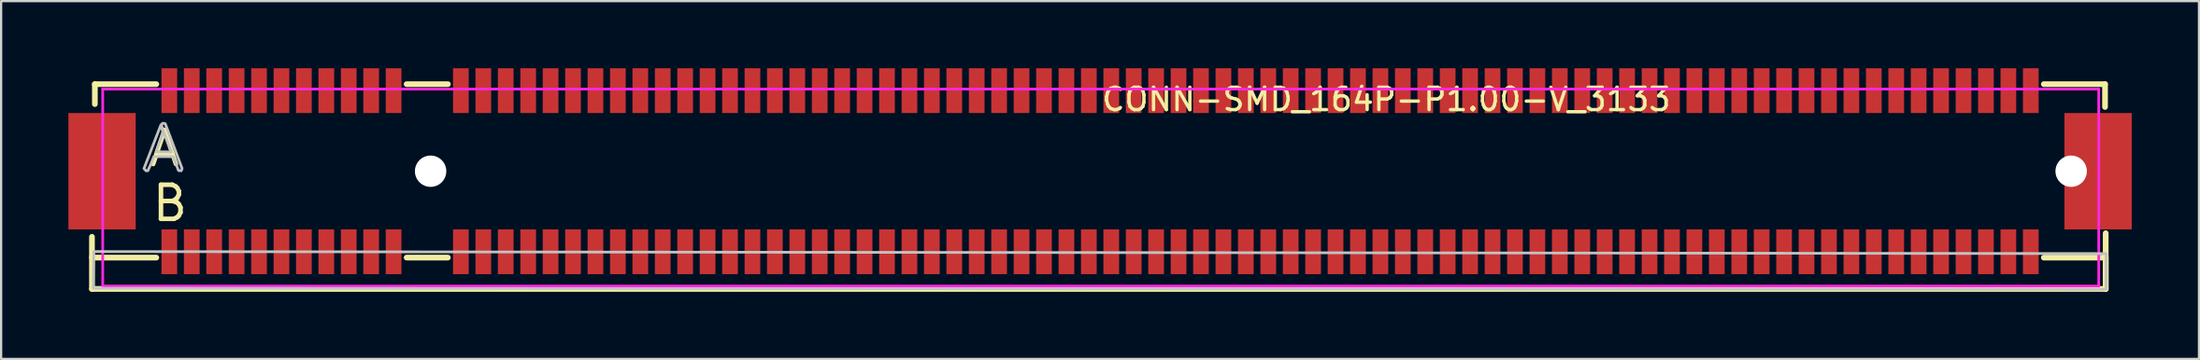
<source format=kicad_pcb>
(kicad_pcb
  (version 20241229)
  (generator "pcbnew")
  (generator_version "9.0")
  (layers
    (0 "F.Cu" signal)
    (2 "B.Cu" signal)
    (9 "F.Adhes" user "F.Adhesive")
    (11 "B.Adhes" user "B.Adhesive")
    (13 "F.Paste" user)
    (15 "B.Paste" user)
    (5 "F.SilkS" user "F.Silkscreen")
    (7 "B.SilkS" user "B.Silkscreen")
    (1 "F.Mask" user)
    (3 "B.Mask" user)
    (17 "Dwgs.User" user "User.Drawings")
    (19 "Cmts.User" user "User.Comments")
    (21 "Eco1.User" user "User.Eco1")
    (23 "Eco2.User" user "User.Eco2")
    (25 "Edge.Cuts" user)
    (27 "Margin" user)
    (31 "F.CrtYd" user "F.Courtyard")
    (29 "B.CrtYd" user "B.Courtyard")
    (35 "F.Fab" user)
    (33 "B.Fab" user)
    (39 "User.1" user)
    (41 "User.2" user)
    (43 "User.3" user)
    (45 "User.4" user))
  (footprint "CONN-SMD_164P-P1.00-V_3133"
    (layer "F.Cu")
    (at 46 4.6)
    (property "Reference" "CONN-SMD_164P-P1.00-V_3133" (at 0 -3.207 0) (layer "F.SilkS") (effects (font (size 1 1) (thickness 0.15)) (justify left)))
    (attr through_hole)
    (fp_line (start -44.95 5.26) (end -44.95 2.93) (stroke (width 0.254) (type solid)) (layer "F.SilkS"))
    (fp_line (start -44.82 -3.89) (end -42.081 -3.89) (stroke (width 0.254) (type solid)) (layer "F.SilkS"))
    (fp_line (start -44.82 -3) (end -44.82 -3.89) (stroke (width 0.254) (type solid)) (layer "F.SilkS"))
    (fp_line (start -42.081 3.86) (end -44.95 3.86) (stroke (width 0.254) (type solid)) (layer "F.SilkS"))
    (fp_line (start -30.919 -3.89) (end -29.081 -3.89) (stroke (width 0.254) (type solid)) (layer "F.SilkS"))
    (fp_line (start -29.081 3.86) (end -30.919 3.86) (stroke (width 0.254) (type solid)) (layer "F.SilkS"))
    (fp_line (start 42.081 -3.89) (end 44.81 -3.89) (stroke (width 0.254) (type solid)) (layer "F.SilkS"))
    (fp_line (start 44.81 -3.89) (end 44.81 -2.87) (stroke (width 0.254) (type solid)) (layer "F.SilkS"))
    (fp_line (start 44.84 2.77) (end 44.84 5.26) (stroke (width 0.254) (type solid)) (layer "F.SilkS"))
    (fp_line (start 44.84 3.86) (end 42.081 3.86) (stroke (width 0.254) (type solid)) (layer "F.SilkS"))
    (fp_line (start 44.84 3.86) (end 44.84 5.26) (stroke (width 0.254) (type solid)) (layer "F.SilkS"))
    (fp_line (start 44.84 5.26) (end -44.95 5.26) (stroke (width 0.254) (type solid)) (layer "F.SilkS"))
    (fp_circle (center -29.85 0) (end -29.6 0) (stroke (width 0.5) (type solid)) (fill no) (layer "Dwgs.User"))
    (fp_circle (center 43.3 0) (end 43.55 0) (stroke (width 0.5) (type solid)) (fill no) (layer "Dwgs.User"))
    (fp_poly (pts (xy -44.87 3.59) (xy 44.86 3.68) (xy 44.86 5.28) (xy -44.89 5.23)) (stroke (width 0.12) (type solid)) (fill no) (layer "Dwgs.User"))
    (fp_poly (pts (xy -42.46 -0.02) (xy -42.33 -0.3) (xy -42.19 -0.65) (xy -41.33 -0.65) (xy -41.09 -0.03) (xy -40.97 -0.02) (xy -40.93 -0.12) (xy -41.68 -2.12) (xy -41.74 -2.14) (xy -41.8 -2.14) (xy -41.86 -2.08) (xy -41.75 -1.75) (xy -41.41 -0.86) (xy -42.09 -0.87) (xy -41.78 -1.74) (xy -41.88 -2.06) (xy -42.63 -0.12) (xy -42.54 -0.02)) (stroke (width 0.12) (type solid)) (fill no) (layer "Dwgs.User"))
    (fp_circle (center -45.5 -4.095) (end -45.47 -4.095) (stroke (width 0.06) (type solid)) (fill no) (layer "Eco2.User"))
    (fp_poly (pts (xy -45.5 -2) (xy -43 -2) (xy -43 2) (xy -45.5 2)) (stroke (width 0.12) (type solid)) (fill no) (layer "Eco2.User"))
    (fp_poly (pts (xy -41.675 -4.095) (xy -41.325 -4.095) (xy -41.325 -3.095) (xy -41.675 -3.095)) (stroke (width 0.12) (type solid)) (fill no) (layer "Eco2.User"))
    (fp_poly (pts (xy -41.675 3.105) (xy -41.325 3.105) (xy -41.325 4.105) (xy -41.675 4.105)) (stroke (width 0.12) (type solid)) (fill no) (layer "Eco2.User"))
    (fp_poly (pts (xy -40.675 -4.095) (xy -40.325 -4.095) (xy -40.325 -3.095) (xy -40.675 -3.095)) (stroke (width 0.12) (type solid)) (fill no) (layer "Eco2.User"))
    (fp_poly (pts (xy -40.675 3.105) (xy -40.325 3.105) (xy -40.325 4.105) (xy -40.675 4.105)) (stroke (width 0.12) (type solid)) (fill no) (layer "Eco2.User"))
    (fp_poly (pts (xy -39.675 -4.095) (xy -39.325 -4.095) (xy -39.325 -3.095) (xy -39.675 -3.095)) (stroke (width 0.12) (type solid)) (fill no) (layer "Eco2.User"))
    (fp_poly (pts (xy -39.675 3.105) (xy -39.325 3.105) (xy -39.325 4.105) (xy -39.675 4.105)) (stroke (width 0.12) (type solid)) (fill no) (layer "Eco2.User"))
    (fp_poly (pts (xy -38.675 -4.095) (xy -38.325 -4.095) (xy -38.325 -3.095) (xy -38.675 -3.095)) (stroke (width 0.12) (type solid)) (fill no) (layer "Eco2.User"))
    (fp_poly (pts (xy -38.675 3.105) (xy -38.325 3.105) (xy -38.325 4.105) (xy -38.675 4.105)) (stroke (width 0.12) (type solid)) (fill no) (layer "Eco2.User"))
    (fp_poly (pts (xy -37.675 -4.095) (xy -37.325 -4.095) (xy -37.325 -3.095) (xy -37.675 -3.095)) (stroke (width 0.12) (type solid)) (fill no) (layer "Eco2.User"))
    (fp_poly (pts (xy -37.675 3.105) (xy -37.325 3.105) (xy -37.325 4.105) (xy -37.675 4.105)) (stroke (width 0.12) (type solid)) (fill no) (layer "Eco2.User"))
    (fp_poly (pts (xy -36.675 -4.095) (xy -36.325 -4.095) (xy -36.325 -3.095) (xy -36.675 -3.095)) (stroke (width 0.12) (type solid)) (fill no) (layer "Eco2.User"))
    (fp_poly (pts (xy -36.675 3.105) (xy -36.325 3.105) (xy -36.325 4.105) (xy -36.675 4.105)) (stroke (width 0.12) (type solid)) (fill no) (layer "Eco2.User"))
    (fp_poly (pts (xy -35.675 -4.095) (xy -35.325 -4.095) (xy -35.325 -3.095) (xy -35.675 -3.095)) (stroke (width 0.12) (type solid)) (fill no) (layer "Eco2.User"))
    (fp_poly (pts (xy -35.675 3.105) (xy -35.325 3.105) (xy -35.325 4.105) (xy -35.675 4.105)) (stroke (width 0.12) (type solid)) (fill no) (layer "Eco2.User"))
    (fp_poly (pts (xy -34.675 -4.095) (xy -34.325 -4.095) (xy -34.325 -3.095) (xy -34.675 -3.095)) (stroke (width 0.12) (type solid)) (fill no) (layer "Eco2.User"))
    (fp_poly (pts (xy -34.675 3.105) (xy -34.325 3.105) (xy -34.325 4.105) (xy -34.675 4.105)) (stroke (width 0.12) (type solid)) (fill no) (layer "Eco2.User"))
    (fp_poly (pts (xy -33.675 -4.095) (xy -33.325 -4.095) (xy -33.325 -3.095) (xy -33.675 -3.095)) (stroke (width 0.12) (type solid)) (fill no) (layer "Eco2.User"))
    (fp_poly (pts (xy -33.675 3.105) (xy -33.325 3.105) (xy -33.325 4.105) (xy -33.675 4.105)) (stroke (width 0.12) (type solid)) (fill no) (layer "Eco2.User"))
    (fp_poly (pts (xy -32.675 -4.095) (xy -32.325 -4.095) (xy -32.325 -3.095) (xy -32.675 -3.095)) (stroke (width 0.12) (type solid)) (fill no) (layer "Eco2.User"))
    (fp_poly (pts (xy -32.675 3.105) (xy -32.325 3.105) (xy -32.325 4.105) (xy -32.675 4.105)) (stroke (width 0.12) (type solid)) (fill no) (layer "Eco2.User"))
    (fp_poly (pts (xy -31.675 -4.095) (xy -31.325 -4.095) (xy -31.325 -3.095) (xy -31.675 -3.095)) (stroke (width 0.12) (type solid)) (fill no) (layer "Eco2.User"))
    (fp_poly (pts (xy -31.675 3.105) (xy -31.325 3.105) (xy -31.325 4.105) (xy -31.675 4.105)) (stroke (width 0.12) (type solid)) (fill no) (layer "Eco2.User"))
    (fp_poly (pts (xy -28.675 -4.095) (xy -28.325 -4.095) (xy -28.325 -3.095) (xy -28.675 -3.095)) (stroke (width 0.12) (type solid)) (fill no) (layer "Eco2.User"))
    (fp_poly (pts (xy -28.675 3.105) (xy -28.325 3.105) (xy -28.325 4.105) (xy -28.675 4.105)) (stroke (width 0.12) (type solid)) (fill no) (layer "Eco2.User"))
    (fp_poly (pts (xy -27.675 -4.095) (xy -27.325 -4.095) (xy -27.325 -3.095) (xy -27.675 -3.095)) (stroke (width 0.12) (type solid)) (fill no) (layer "Eco2.User"))
    (fp_poly (pts (xy -27.675 3.105) (xy -27.325 3.105) (xy -27.325 4.105) (xy -27.675 4.105)) (stroke (width 0.12) (type solid)) (fill no) (layer "Eco2.User"))
    (fp_poly (pts (xy -26.675 -4.095) (xy -26.325 -4.095) (xy -26.325 -3.095) (xy -26.675 -3.095)) (stroke (width 0.12) (type solid)) (fill no) (layer "Eco2.User"))
    (fp_poly (pts (xy -26.675 3.105) (xy -26.325 3.105) (xy -26.325 4.105) (xy -26.675 4.105)) (stroke (width 0.12) (type solid)) (fill no) (layer "Eco2.User"))
    (fp_poly (pts (xy -25.675 -4.095) (xy -25.325 -4.095) (xy -25.325 -3.095) (xy -25.675 -3.095)) (stroke (width 0.12) (type solid)) (fill no) (layer "Eco2.User"))
    (fp_poly (pts (xy -25.675 3.105) (xy -25.325 3.105) (xy -25.325 4.105) (xy -25.675 4.105)) (stroke (width 0.12) (type solid)) (fill no) (layer "Eco2.User"))
    (fp_poly (pts (xy -24.675 -4.095) (xy -24.325 -4.095) (xy -24.325 -3.095) (xy -24.675 -3.095)) (stroke (width 0.12) (type solid)) (fill no) (layer "Eco2.User"))
    (fp_poly (pts (xy -24.675 3.105) (xy -24.325 3.105) (xy -24.325 4.105) (xy -24.675 4.105)) (stroke (width 0.12) (type solid)) (fill no) (layer "Eco2.User"))
    (fp_poly (pts (xy -23.675 -4.095) (xy -23.325 -4.095) (xy -23.325 -3.095) (xy -23.675 -3.095)) (stroke (width 0.12) (type solid)) (fill no) (layer "Eco2.User"))
    (fp_poly (pts (xy -23.675 3.105) (xy -23.325 3.105) (xy -23.325 4.105) (xy -23.675 4.105)) (stroke (width 0.12) (type solid)) (fill no) (layer "Eco2.User"))
    (fp_poly (pts (xy -22.675 -4.095) (xy -22.325 -4.095) (xy -22.325 -3.095) (xy -22.675 -3.095)) (stroke (width 0.12) (type solid)) (fill no) (layer "Eco2.User"))
    (fp_poly (pts (xy -22.675 3.105) (xy -22.325 3.105) (xy -22.325 4.105) (xy -22.675 4.105)) (stroke (width 0.12) (type solid)) (fill no) (layer "Eco2.User"))
    (fp_poly (pts (xy -21.675 -4.095) (xy -21.325 -4.095) (xy -21.325 -3.095) (xy -21.675 -3.095)) (stroke (width 0.12) (type solid)) (fill no) (layer "Eco2.User"))
    (fp_poly (pts (xy -21.675 3.105) (xy -21.325 3.105) (xy -21.325 4.105) (xy -21.675 4.105)) (stroke (width 0.12) (type solid)) (fill no) (layer "Eco2.User"))
    (fp_poly (pts (xy -20.675 -4.095) (xy -20.325 -4.095) (xy -20.325 -3.095) (xy -20.675 -3.095)) (stroke (width 0.12) (type solid)) (fill no) (layer "Eco2.User"))
    (fp_poly (pts (xy -20.675 3.105) (xy -20.325 3.105) (xy -20.325 4.105) (xy -20.675 4.105)) (stroke (width 0.12) (type solid)) (fill no) (layer "Eco2.User"))
    (fp_poly (pts (xy -19.675 -4.095) (xy -19.325 -4.095) (xy -19.325 -3.095) (xy -19.675 -3.095)) (stroke (width 0.12) (type solid)) (fill no) (layer "Eco2.User"))
    (fp_poly (pts (xy -19.675 3.105) (xy -19.325 3.105) (xy -19.325 4.105) (xy -19.675 4.105)) (stroke (width 0.12) (type solid)) (fill no) (layer "Eco2.User"))
    (fp_poly (pts (xy -18.675 -4.095) (xy -18.325 -4.095) (xy -18.325 -3.095) (xy -18.675 -3.095)) (stroke (width 0.12) (type solid)) (fill no) (layer "Eco2.User"))
    (fp_poly (pts (xy -18.675 3.105) (xy -18.325 3.105) (xy -18.325 4.105) (xy -18.675 4.105)) (stroke (width 0.12) (type solid)) (fill no) (layer "Eco2.User"))
    (fp_poly (pts (xy -17.675 -4.095) (xy -17.325 -4.095) (xy -17.325 -3.095) (xy -17.675 -3.095)) (stroke (width 0.12) (type solid)) (fill no) (layer "Eco2.User"))
    (fp_poly (pts (xy -17.675 3.105) (xy -17.325 3.105) (xy -17.325 4.105) (xy -17.675 4.105)) (stroke (width 0.12) (type solid)) (fill no) (layer "Eco2.User"))
    (fp_poly (pts (xy -16.675 -4.095) (xy -16.325 -4.095) (xy -16.325 -3.095) (xy -16.675 -3.095)) (stroke (width 0.12) (type solid)) (fill no) (layer "Eco2.User"))
    (fp_poly (pts (xy -16.675 3.105) (xy -16.325 3.105) (xy -16.325 4.105) (xy -16.675 4.105)) (stroke (width 0.12) (type solid)) (fill no) (layer "Eco2.User"))
    (fp_poly (pts (xy -15.675 -4.095) (xy -15.325 -4.095) (xy -15.325 -3.095) (xy -15.675 -3.095)) (stroke (width 0.12) (type solid)) (fill no) (layer "Eco2.User"))
    (fp_poly (pts (xy -15.675 3.105) (xy -15.325 3.105) (xy -15.325 4.105) (xy -15.675 4.105)) (stroke (width 0.12) (type solid)) (fill no) (layer "Eco2.User"))
    (fp_poly (pts (xy -14.675 -4.095) (xy -14.325 -4.095) (xy -14.325 -3.095) (xy -14.675 -3.095)) (stroke (width 0.12) (type solid)) (fill no) (layer "Eco2.User"))
    (fp_poly (pts (xy -14.675 3.105) (xy -14.325 3.105) (xy -14.325 4.105) (xy -14.675 4.105)) (stroke (width 0.12) (type solid)) (fill no) (layer "Eco2.User"))
    (fp_poly (pts (xy -13.675 -4.095) (xy -13.325 -4.095) (xy -13.325 -3.095) (xy -13.675 -3.095)) (stroke (width 0.12) (type solid)) (fill no) (layer "Eco2.User"))
    (fp_poly (pts (xy -13.675 3.105) (xy -13.325 3.105) (xy -13.325 4.105) (xy -13.675 4.105)) (stroke (width 0.12) (type solid)) (fill no) (layer "Eco2.User"))
    (fp_poly (pts (xy -12.675 -4.095) (xy -12.325 -4.095) (xy -12.325 -3.095) (xy -12.675 -3.095)) (stroke (width 0.12) (type solid)) (fill no) (layer "Eco2.User"))
    (fp_poly (pts (xy -12.675 3.105) (xy -12.325 3.105) (xy -12.325 4.105) (xy -12.675 4.105)) (stroke (width 0.12) (type solid)) (fill no) (layer "Eco2.User"))
    (fp_poly (pts (xy -11.675 -4.095) (xy -11.325 -4.095) (xy -11.325 -3.095) (xy -11.675 -3.095)) (stroke (width 0.12) (type solid)) (fill no) (layer "Eco2.User"))
    (fp_poly (pts (xy -11.675 3.105) (xy -11.325 3.105) (xy -11.325 4.105) (xy -11.675 4.105)) (stroke (width 0.12) (type solid)) (fill no) (layer "Eco2.User"))
    (fp_poly (pts (xy -10.675 -4.095) (xy -10.325 -4.095) (xy -10.325 -3.095) (xy -10.675 -3.095)) (stroke (width 0.12) (type solid)) (fill no) (layer "Eco2.User"))
    (fp_poly (pts (xy -10.675 3.105) (xy -10.325 3.105) (xy -10.325 4.105) (xy -10.675 4.105)) (stroke (width 0.12) (type solid)) (fill no) (layer "Eco2.User"))
    (fp_poly (pts (xy -9.675 -4.095) (xy -9.325 -4.095) (xy -9.325 -3.095) (xy -9.675 -3.095)) (stroke (width 0.12) (type solid)) (fill no) (layer "Eco2.User"))
    (fp_poly (pts (xy -9.675 3.105) (xy -9.325 3.105) (xy -9.325 4.105) (xy -9.675 4.105)) (stroke (width 0.12) (type solid)) (fill no) (layer "Eco2.User"))
    (fp_poly (pts (xy -8.675 -4.095) (xy -8.325 -4.095) (xy -8.325 -3.095) (xy -8.675 -3.095)) (stroke (width 0.12) (type solid)) (fill no) (layer "Eco2.User"))
    (fp_poly (pts (xy -8.675 3.105) (xy -8.325 3.105) (xy -8.325 4.105) (xy -8.675 4.105)) (stroke (width 0.12) (type solid)) (fill no) (layer "Eco2.User"))
    (fp_poly (pts (xy -7.675 -4.095) (xy -7.325 -4.095) (xy -7.325 -3.095) (xy -7.675 -3.095)) (stroke (width 0.12) (type solid)) (fill no) (layer "Eco2.User"))
    (fp_poly (pts (xy -7.675 3.105) (xy -7.325 3.105) (xy -7.325 4.105) (xy -7.675 4.105)) (stroke (width 0.12) (type solid)) (fill no) (layer "Eco2.User"))
    (fp_poly (pts (xy -6.675 -4.095) (xy -6.325 -4.095) (xy -6.325 -3.095) (xy -6.675 -3.095)) (stroke (width 0.12) (type solid)) (fill no) (layer "Eco2.User"))
    (fp_poly (pts (xy -6.675 3.105) (xy -6.325 3.105) (xy -6.325 4.105) (xy -6.675 4.105)) (stroke (width 0.12) (type solid)) (fill no) (layer "Eco2.User"))
    (fp_poly (pts (xy -5.675 -4.095) (xy -5.325 -4.095) (xy -5.325 -3.095) (xy -5.675 -3.095)) (stroke (width 0.12) (type solid)) (fill no) (layer "Eco2.User"))
    (fp_poly (pts (xy -5.675 3.105) (xy -5.325 3.105) (xy -5.325 4.105) (xy -5.675 4.105)) (stroke (width 0.12) (type solid)) (fill no) (layer "Eco2.User"))
    (fp_poly (pts (xy -4.675 -4.095) (xy -4.325 -4.095) (xy -4.325 -3.095) (xy -4.675 -3.095)) (stroke (width 0.12) (type solid)) (fill no) (layer "Eco2.User"))
    (fp_poly (pts (xy -4.675 3.105) (xy -4.325 3.105) (xy -4.325 4.105) (xy -4.675 4.105)) (stroke (width 0.12) (type solid)) (fill no) (layer "Eco2.User"))
    (fp_poly (pts (xy -3.675 -4.095) (xy -3.325 -4.095) (xy -3.325 -3.095) (xy -3.675 -3.095)) (stroke (width 0.12) (type solid)) (fill no) (layer "Eco2.User"))
    (fp_poly (pts (xy -3.675 3.105) (xy -3.325 3.105) (xy -3.325 4.105) (xy -3.675 4.105)) (stroke (width 0.12) (type solid)) (fill no) (layer "Eco2.User"))
    (fp_poly (pts (xy -2.675 -4.095) (xy -2.325 -4.095) (xy -2.325 -3.095) (xy -2.675 -3.095)) (stroke (width 0.12) (type solid)) (fill no) (layer "Eco2.User"))
    (fp_poly (pts (xy -2.675 3.105) (xy -2.325 3.105) (xy -2.325 4.105) (xy -2.675 4.105)) (stroke (width 0.12) (type solid)) (fill no) (layer "Eco2.User"))
    (fp_poly (pts (xy -1.675 -4.095) (xy -1.325 -4.095) (xy -1.325 -3.095) (xy -1.675 -3.095)) (stroke (width 0.12) (type solid)) (fill no) (layer "Eco2.User"))
    (fp_poly (pts (xy -1.675 3.105) (xy -1.325 3.105) (xy -1.325 4.105) (xy -1.675 4.105)) (stroke (width 0.12) (type solid)) (fill no) (layer "Eco2.User"))
    (fp_poly (pts (xy -0.675 -4.095) (xy -0.325 -4.095) (xy -0.325 -3.095) (xy -0.675 -3.095)) (stroke (width 0.12) (type solid)) (fill no) (layer "Eco2.User"))
    (fp_poly (pts (xy -0.675 3.105) (xy -0.325 3.105) (xy -0.325 4.105) (xy -0.675 4.105)) (stroke (width 0.12) (type solid)) (fill no) (layer "Eco2.User"))
    (fp_poly (pts (xy 0.325 -4.095) (xy 0.675 -4.095) (xy 0.675 -3.095) (xy 0.325 -3.095)) (stroke (width 0.12) (type solid)) (fill no) (layer "Eco2.User"))
    (fp_poly (pts (xy 0.325 3.105) (xy 0.675 3.105) (xy 0.675 4.105) (xy 0.325 4.105)) (stroke (width 0.12) (type solid)) (fill no) (layer "Eco2.User"))
    (fp_poly (pts (xy 1.325 -4.095) (xy 1.675 -4.095) (xy 1.675 -3.095) (xy 1.325 -3.095)) (stroke (width 0.12) (type solid)) (fill no) (layer "Eco2.User"))
    (fp_poly (pts (xy 1.325 3.105) (xy 1.675 3.105) (xy 1.675 4.105) (xy 1.325 4.105)) (stroke (width 0.12) (type solid)) (fill no) (layer "Eco2.User"))
    (fp_poly (pts (xy 2.325 -4.095) (xy 2.675 -4.095) (xy 2.675 -3.095) (xy 2.325 -3.095)) (stroke (width 0.12) (type solid)) (fill no) (layer "Eco2.User"))
    (fp_poly (pts (xy 2.325 3.105) (xy 2.675 3.105) (xy 2.675 4.105) (xy 2.325 4.105)) (stroke (width 0.12) (type solid)) (fill no) (layer "Eco2.User"))
    (fp_poly (pts (xy 3.325 -4.095) (xy 3.675 -4.095) (xy 3.675 -3.095) (xy 3.325 -3.095)) (stroke (width 0.12) (type solid)) (fill no) (layer "Eco2.User"))
    (fp_poly (pts (xy 3.325 3.105) (xy 3.675 3.105) (xy 3.675 4.105) (xy 3.325 4.105)) (stroke (width 0.12) (type solid)) (fill no) (layer "Eco2.User"))
    (fp_poly (pts (xy 4.325 -4.095) (xy 4.675 -4.095) (xy 4.675 -3.095) (xy 4.325 -3.095)) (stroke (width 0.12) (type solid)) (fill no) (layer "Eco2.User"))
    (fp_poly (pts (xy 4.325 3.105) (xy 4.675 3.105) (xy 4.675 4.105) (xy 4.325 4.105)) (stroke (width 0.12) (type solid)) (fill no) (layer "Eco2.User"))
    (fp_poly (pts (xy 5.325 -4.095) (xy 5.675 -4.095) (xy 5.675 -3.095) (xy 5.325 -3.095)) (stroke (width 0.12) (type solid)) (fill no) (layer "Eco2.User"))
    (fp_poly (pts (xy 5.325 3.105) (xy 5.675 3.105) (xy 5.675 4.105) (xy 5.325 4.105)) (stroke (width 0.12) (type solid)) (fill no) (layer "Eco2.User"))
    (fp_poly (pts (xy 6.325 -4.095) (xy 6.675 -4.095) (xy 6.675 -3.095) (xy 6.325 -3.095)) (stroke (width 0.12) (type solid)) (fill no) (layer "Eco2.User"))
    (fp_poly (pts (xy 6.325 3.105) (xy 6.675 3.105) (xy 6.675 4.105) (xy 6.325 4.105)) (stroke (width 0.12) (type solid)) (fill no) (layer "Eco2.User"))
    (fp_poly (pts (xy 7.325 -4.095) (xy 7.675 -4.095) (xy 7.675 -3.095) (xy 7.325 -3.095)) (stroke (width 0.12) (type solid)) (fill no) (layer "Eco2.User"))
    (fp_poly (pts (xy 7.325 3.105) (xy 7.675 3.105) (xy 7.675 4.105) (xy 7.325 4.105)) (stroke (width 0.12) (type solid)) (fill no) (layer "Eco2.User"))
    (fp_poly (pts (xy 8.325 -4.095) (xy 8.675 -4.095) (xy 8.675 -3.095) (xy 8.325 -3.095)) (stroke (width 0.12) (type solid)) (fill no) (layer "Eco2.User"))
    (fp_poly (pts (xy 8.325 3.105) (xy 8.675 3.105) (xy 8.675 4.105) (xy 8.325 4.105)) (stroke (width 0.12) (type solid)) (fill no) (layer "Eco2.User"))
    (fp_poly (pts (xy 9.325 -4.095) (xy 9.675 -4.095) (xy 9.675 -3.095) (xy 9.325 -3.095)) (stroke (width 0.12) (type solid)) (fill no) (layer "Eco2.User"))
    (fp_poly (pts (xy 9.325 3.105) (xy 9.675 3.105) (xy 9.675 4.105) (xy 9.325 4.105)) (stroke (width 0.12) (type solid)) (fill no) (layer "Eco2.User"))
    (fp_poly (pts (xy 10.325 -4.095) (xy 10.675 -4.095) (xy 10.675 -3.095) (xy 10.325 -3.095)) (stroke (width 0.12) (type solid)) (fill no) (layer "Eco2.User"))
    (fp_poly (pts (xy 10.325 3.105) (xy 10.675 3.105) (xy 10.675 4.105) (xy 10.325 4.105)) (stroke (width 0.12) (type solid)) (fill no) (layer "Eco2.User"))
    (fp_poly (pts (xy 11.325 -4.095) (xy 11.675 -4.095) (xy 11.675 -3.095) (xy 11.325 -3.095)) (stroke (width 0.12) (type solid)) (fill no) (layer "Eco2.User"))
    (fp_poly (pts (xy 11.325 3.105) (xy 11.675 3.105) (xy 11.675 4.105) (xy 11.325 4.105)) (stroke (width 0.12) (type solid)) (fill no) (layer "Eco2.User"))
    (fp_poly (pts (xy 12.325 -4.095) (xy 12.675 -4.095) (xy 12.675 -3.095) (xy 12.325 -3.095)) (stroke (width 0.12) (type solid)) (fill no) (layer "Eco2.User"))
    (fp_poly (pts (xy 12.325 3.105) (xy 12.675 3.105) (xy 12.675 4.105) (xy 12.325 4.105)) (stroke (width 0.12) (type solid)) (fill no) (layer "Eco2.User"))
    (fp_poly (pts (xy 13.325 -4.095) (xy 13.675 -4.095) (xy 13.675 -3.095) (xy 13.325 -3.095)) (stroke (width 0.12) (type solid)) (fill no) (layer "Eco2.User"))
    (fp_poly (pts (xy 13.325 3.105) (xy 13.675 3.105) (xy 13.675 4.105) (xy 13.325 4.105)) (stroke (width 0.12) (type solid)) (fill no) (layer "Eco2.User"))
    (fp_poly (pts (xy 14.325 -4.095) (xy 14.675 -4.095) (xy 14.675 -3.095) (xy 14.325 -3.095)) (stroke (width 0.12) (type solid)) (fill no) (layer "Eco2.User"))
    (fp_poly (pts (xy 14.325 3.105) (xy 14.675 3.105) (xy 14.675 4.105) (xy 14.325 4.105)) (stroke (width 0.12) (type solid)) (fill no) (layer "Eco2.User"))
    (fp_poly (pts (xy 15.325 -4.095) (xy 15.675 -4.095) (xy 15.675 -3.095) (xy 15.325 -3.095)) (stroke (width 0.12) (type solid)) (fill no) (layer "Eco2.User"))
    (fp_poly (pts (xy 15.325 3.105) (xy 15.675 3.105) (xy 15.675 4.105) (xy 15.325 4.105)) (stroke (width 0.12) (type solid)) (fill no) (layer "Eco2.User"))
    (fp_poly (pts (xy 16.325 -4.095) (xy 16.675 -4.095) (xy 16.675 -3.095) (xy 16.325 -3.095)) (stroke (width 0.12) (type solid)) (fill no) (layer "Eco2.User"))
    (fp_poly (pts (xy 16.325 3.105) (xy 16.675 3.105) (xy 16.675 4.105) (xy 16.325 4.105)) (stroke (width 0.12) (type solid)) (fill no) (layer "Eco2.User"))
    (fp_poly (pts (xy 17.325 -4.095) (xy 17.675 -4.095) (xy 17.675 -3.095) (xy 17.325 -3.095)) (stroke (width 0.12) (type solid)) (fill no) (layer "Eco2.User"))
    (fp_poly (pts (xy 17.325 3.105) (xy 17.675 3.105) (xy 17.675 4.105) (xy 17.325 4.105)) (stroke (width 0.12) (type solid)) (fill no) (layer "Eco2.User"))
    (fp_poly (pts (xy 18.325 -4.095) (xy 18.675 -4.095) (xy 18.675 -3.095) (xy 18.325 -3.095)) (stroke (width 0.12) (type solid)) (fill no) (layer "Eco2.User"))
    (fp_poly (pts (xy 18.325 3.105) (xy 18.675 3.105) (xy 18.675 4.105) (xy 18.325 4.105)) (stroke (width 0.12) (type solid)) (fill no) (layer "Eco2.User"))
    (fp_poly (pts (xy 19.325 -4.095) (xy 19.675 -4.095) (xy 19.675 -3.095) (xy 19.325 -3.095)) (stroke (width 0.12) (type solid)) (fill no) (layer "Eco2.User"))
    (fp_poly (pts (xy 19.325 3.105) (xy 19.675 3.105) (xy 19.675 4.105) (xy 19.325 4.105)) (stroke (width 0.12) (type solid)) (fill no) (layer "Eco2.User"))
    (fp_poly (pts (xy 20.325 -4.095) (xy 20.675 -4.095) (xy 20.675 -3.095) (xy 20.325 -3.095)) (stroke (width 0.12) (type solid)) (fill no) (layer "Eco2.User"))
    (fp_poly (pts (xy 20.325 3.105) (xy 20.675 3.105) (xy 20.675 4.105) (xy 20.325 4.105)) (stroke (width 0.12) (type solid)) (fill no) (layer "Eco2.User"))
    (fp_poly (pts (xy 21.325 -4.095) (xy 21.675 -4.095) (xy 21.675 -3.095) (xy 21.325 -3.095)) (stroke (width 0.12) (type solid)) (fill no) (layer "Eco2.User"))
    (fp_poly (pts (xy 21.325 3.105) (xy 21.675 3.105) (xy 21.675 4.105) (xy 21.325 4.105)) (stroke (width 0.12) (type solid)) (fill no) (layer "Eco2.User"))
    (fp_poly (pts (xy 22.325 -4.095) (xy 22.675 -4.095) (xy 22.675 -3.095) (xy 22.325 -3.095)) (stroke (width 0.12) (type solid)) (fill no) (layer "Eco2.User"))
    (fp_poly (pts (xy 22.325 3.105) (xy 22.675 3.105) (xy 22.675 4.105) (xy 22.325 4.105)) (stroke (width 0.12) (type solid)) (fill no) (layer "Eco2.User"))
    (fp_poly (pts (xy 23.325 -4.095) (xy 23.675 -4.095) (xy 23.675 -3.095) (xy 23.325 -3.095)) (stroke (width 0.12) (type solid)) (fill no) (layer "Eco2.User"))
    (fp_poly (pts (xy 23.325 3.105) (xy 23.675 3.105) (xy 23.675 4.105) (xy 23.325 4.105)) (stroke (width 0.12) (type solid)) (fill no) (layer "Eco2.User"))
    (fp_poly (pts (xy 24.325 -4.095) (xy 24.675 -4.095) (xy 24.675 -3.095) (xy 24.325 -3.095)) (stroke (width 0.12) (type solid)) (fill no) (layer "Eco2.User"))
    (fp_poly (pts (xy 24.325 3.105) (xy 24.675 3.105) (xy 24.675 4.105) (xy 24.325 4.105)) (stroke (width 0.12) (type solid)) (fill no) (layer "Eco2.User"))
    (fp_poly (pts (xy 25.325 -4.095) (xy 25.675 -4.095) (xy 25.675 -3.095) (xy 25.325 -3.095)) (stroke (width 0.12) (type solid)) (fill no) (layer "Eco2.User"))
    (fp_poly (pts (xy 25.325 3.105) (xy 25.675 3.105) (xy 25.675 4.105) (xy 25.325 4.105)) (stroke (width 0.12) (type solid)) (fill no) (layer "Eco2.User"))
    (fp_poly (pts (xy 26.325 -4.095) (xy 26.675 -4.095) (xy 26.675 -3.095) (xy 26.325 -3.095)) (stroke (width 0.12) (type solid)) (fill no) (layer "Eco2.User"))
    (fp_poly (pts (xy 26.325 3.105) (xy 26.675 3.105) (xy 26.675 4.105) (xy 26.325 4.105)) (stroke (width 0.12) (type solid)) (fill no) (layer "Eco2.User"))
    (fp_poly (pts (xy 27.325 -4.095) (xy 27.675 -4.095) (xy 27.675 -3.095) (xy 27.325 -3.095)) (stroke (width 0.12) (type solid)) (fill no) (layer "Eco2.User"))
    (fp_poly (pts (xy 27.325 3.105) (xy 27.675 3.105) (xy 27.675 4.105) (xy 27.325 4.105)) (stroke (width 0.12) (type solid)) (fill no) (layer "Eco2.User"))
    (fp_poly (pts (xy 28.325 -4.095) (xy 28.675 -4.095) (xy 28.675 -3.095) (xy 28.325 -3.095)) (stroke (width 0.12) (type solid)) (fill no) (layer "Eco2.User"))
    (fp_poly (pts (xy 28.325 3.105) (xy 28.675 3.105) (xy 28.675 4.105) (xy 28.325 4.105)) (stroke (width 0.12) (type solid)) (fill no) (layer "Eco2.User"))
    (fp_poly (pts (xy 29.325 -4.095) (xy 29.675 -4.095) (xy 29.675 -3.095) (xy 29.325 -3.095)) (stroke (width 0.12) (type solid)) (fill no) (layer "Eco2.User"))
    (fp_poly (pts (xy 29.325 3.105) (xy 29.675 3.105) (xy 29.675 4.105) (xy 29.325 4.105)) (stroke (width 0.12) (type solid)) (fill no) (layer "Eco2.User"))
    (fp_poly (pts (xy 30.325 -4.095) (xy 30.675 -4.095) (xy 30.675 -3.095) (xy 30.325 -3.095)) (stroke (width 0.12) (type solid)) (fill no) (layer "Eco2.User"))
    (fp_poly (pts (xy 30.325 3.105) (xy 30.675 3.105) (xy 30.675 4.105) (xy 30.325 4.105)) (stroke (width 0.12) (type solid)) (fill no) (layer "Eco2.User"))
    (fp_poly (pts (xy 31.325 -4.095) (xy 31.675 -4.095) (xy 31.675 -3.095) (xy 31.325 -3.095)) (stroke (width 0.12) (type solid)) (fill no) (layer "Eco2.User"))
    (fp_poly (pts (xy 31.325 3.105) (xy 31.675 3.105) (xy 31.675 4.105) (xy 31.325 4.105)) (stroke (width 0.12) (type solid)) (fill no) (layer "Eco2.User"))
    (fp_poly (pts (xy 32.325 -4.095) (xy 32.675 -4.095) (xy 32.675 -3.095) (xy 32.325 -3.095)) (stroke (width 0.12) (type solid)) (fill no) (layer "Eco2.User"))
    (fp_poly (pts (xy 32.325 3.105) (xy 32.675 3.105) (xy 32.675 4.105) (xy 32.325 4.105)) (stroke (width 0.12) (type solid)) (fill no) (layer "Eco2.User"))
    (fp_poly (pts (xy 33.325 -4.095) (xy 33.675 -4.095) (xy 33.675 -3.095) (xy 33.325 -3.095)) (stroke (width 0.12) (type solid)) (fill no) (layer "Eco2.User"))
    (fp_poly (pts (xy 33.325 3.105) (xy 33.675 3.105) (xy 33.675 4.105) (xy 33.325 4.105)) (stroke (width 0.12) (type solid)) (fill no) (layer "Eco2.User"))
    (fp_poly (pts (xy 34.325 -4.095) (xy 34.675 -4.095) (xy 34.675 -3.095) (xy 34.325 -3.095)) (stroke (width 0.12) (type solid)) (fill no) (layer "Eco2.User"))
    (fp_poly (pts (xy 34.325 3.105) (xy 34.675 3.105) (xy 34.675 4.105) (xy 34.325 4.105)) (stroke (width 0.12) (type solid)) (fill no) (layer "Eco2.User"))
    (fp_poly (pts (xy 35.325 -4.095) (xy 35.675 -4.095) (xy 35.675 -3.095) (xy 35.325 -3.095)) (stroke (width 0.12) (type solid)) (fill no) (layer "Eco2.User"))
    (fp_poly (pts (xy 35.325 3.105) (xy 35.675 3.105) (xy 35.675 4.105) (xy 35.325 4.105)) (stroke (width 0.12) (type solid)) (fill no) (layer "Eco2.User"))
    (fp_poly (pts (xy 36.325 -4.095) (xy 36.675 -4.095) (xy 36.675 -3.095) (xy 36.325 -3.095)) (stroke (width 0.12) (type solid)) (fill no) (layer "Eco2.User"))
    (fp_poly (pts (xy 36.325 3.105) (xy 36.675 3.105) (xy 36.675 4.105) (xy 36.325 4.105)) (stroke (width 0.12) (type solid)) (fill no) (layer "Eco2.User"))
    (fp_poly (pts (xy 37.325 -4.095) (xy 37.675 -4.095) (xy 37.675 -3.095) (xy 37.325 -3.095)) (stroke (width 0.12) (type solid)) (fill no) (layer "Eco2.User"))
    (fp_poly (pts (xy 37.325 3.105) (xy 37.675 3.105) (xy 37.675 4.105) (xy 37.325 4.105)) (stroke (width 0.12) (type solid)) (fill no) (layer "Eco2.User"))
    (fp_poly (pts (xy 38.325 -4.095) (xy 38.675 -4.095) (xy 38.675 -3.095) (xy 38.325 -3.095)) (stroke (width 0.12) (type solid)) (fill no) (layer "Eco2.User"))
    (fp_poly (pts (xy 38.325 3.105) (xy 38.675 3.105) (xy 38.675 4.105) (xy 38.325 4.105)) (stroke (width 0.12) (type solid)) (fill no) (layer "Eco2.User"))
    (fp_poly (pts (xy 39.325 -4.095) (xy 39.675 -4.095) (xy 39.675 -3.095) (xy 39.325 -3.095)) (stroke (width 0.12) (type solid)) (fill no) (layer "Eco2.User"))
    (fp_poly (pts (xy 39.325 3.105) (xy 39.675 3.105) (xy 39.675 4.105) (xy 39.325 4.105)) (stroke (width 0.12) (type solid)) (fill no) (layer "Eco2.User"))
    (fp_poly (pts (xy 40.325 -4.095) (xy 40.675 -4.095) (xy 40.675 -3.095) (xy 40.325 -3.095)) (stroke (width 0.12) (type solid)) (fill no) (layer "Eco2.User"))
    (fp_poly (pts (xy 40.325 3.105) (xy 40.675 3.105) (xy 40.675 4.105) (xy 40.325 4.105)) (stroke (width 0.12) (type solid)) (fill no) (layer "Eco2.User"))
    (fp_poly (pts (xy 41.325 -4.095) (xy 41.675 -4.095) (xy 41.675 -3.095) (xy 41.325 -3.095)) (stroke (width 0.12) (type solid)) (fill no) (layer "Eco2.User"))
    (fp_poly (pts (xy 41.325 3.105) (xy 41.675 3.105) (xy 41.675 4.105) (xy 41.325 4.105)) (stroke (width 0.12) (type solid)) (fill no) (layer "Eco2.User"))
    (fp_poly (pts (xy 43 -2) (xy 45.5 -2) (xy 45.5 2) (xy 43 2)) (stroke (width 0.12) (type solid)) (fill no) (layer "Eco2.User"))
    (fp_line (start -44.47 -3.67) (end 44.53 -3.67) (stroke (width 0.12) (type solid)) (layer "F.CrtYd"))
    (fp_line (start -44.47 5.13) (end -44.47 -3.67) (stroke (width 0.12) (type solid)) (layer "F.CrtYd"))
    (fp_line (start 44.53 -3.67) (end 44.53 5.13) (stroke (width 0.12) (type solid)) (layer "F.CrtYd"))
    (fp_line (start 44.53 5.13) (end -44.47 5.13) (stroke (width 0.12) (type solid)) (layer "F.CrtYd"))
    (fp_text user "A" (at -42.5 -1.016 0) (layer "F.SilkS") (effects (font (size 1.524 1.524) (thickness 0.203)) (justify left)))
    (fp_text user "B" (at -42.369 1.433 0) (layer "F.SilkS") (effects (font (size 1.524 1.524) (thickness 0.203)) (justify left)))
    (pad "" np_thru_hole circle (at -29.85 0) (size 1.4 1.4) (drill 1.4) (layers "*.Cu" "*.Mask"))
    (pad "" np_thru_hole circle (at 43.3 0) (size 1.4 1.4) (drill 1.4) (layers "*.Cu" "*.Mask"))
    (pad "165" smd rect (at 44.5 0) (size 3 5.2) (layers "F.Cu" "F.Mask" "F.Paste"))
    (pad "166" smd rect (at -44.5 0) (size 3 5.2) (layers "F.Cu" "F.Mask" "F.Paste"))
    (pad "A1" smd rect (at -41.5 -3.6) (size 0.7 2) (layers "F.Cu" "F.Mask" "F.Paste"))
    (pad "A2" smd rect (at -40.5 -3.6) (size 0.7 2) (layers "F.Cu" "F.Mask" "F.Paste"))
    (pad "A3" smd rect (at -39.5 -3.6) (size 0.7 2) (layers "F.Cu" "F.Mask" "F.Paste"))
    (pad "A4" smd rect (at -38.5 -3.6) (size 0.7 2) (layers "F.Cu" "F.Mask" "F.Paste"))
    (pad "A5" smd rect (at -37.5 -3.6) (size 0.7 2) (layers "F.Cu" "F.Mask" "F.Paste"))
    (pad "A6" smd rect (at -36.5 -3.6) (size 0.7 2) (layers "F.Cu" "F.Mask" "F.Paste"))
    (pad "A7" smd rect (at -35.5 -3.6) (size 0.7 2) (layers "F.Cu" "F.Mask" "F.Paste"))
    (pad "A8" smd rect (at -34.5 -3.6) (size 0.7 2) (layers "F.Cu" "F.Mask" "F.Paste"))
    (pad "A9" smd rect (at -33.5 -3.6) (size 0.7 2) (layers "F.Cu" "F.Mask" "F.Paste"))
    (pad "A10" smd rect (at -32.5 -3.6) (size 0.7 2) (layers "F.Cu" "F.Mask" "F.Paste"))
    (pad "A11" smd rect (at -31.5 -3.6) (size 0.7 2) (layers "F.Cu" "F.Mask" "F.Paste"))
    (pad "A12" smd rect (at -28.5 -3.6) (size 0.7 2) (layers "F.Cu" "F.Mask" "F.Paste"))
    (pad "A13" smd rect (at -27.5 -3.6) (size 0.7 2) (layers "F.Cu" "F.Mask" "F.Paste"))
    (pad "A14" smd rect (at -26.5 -3.6) (size 0.7 2) (layers "F.Cu" "F.Mask" "F.Paste"))
    (pad "A15" smd rect (at -25.5 -3.6) (size 0.7 2) (layers "F.Cu" "F.Mask" "F.Paste"))
    (pad "A16" smd rect (at -24.5 -3.6) (size 0.7 2) (layers "F.Cu" "F.Mask" "F.Paste"))
    (pad "A17" smd rect (at -23.5 -3.6) (size 0.7 2) (layers "F.Cu" "F.Mask" "F.Paste"))
    (pad "A18" smd rect (at -22.5 -3.6) (size 0.7 2) (layers "F.Cu" "F.Mask" "F.Paste"))
    (pad "A19" smd rect (at -21.5 -3.6) (size 0.7 2) (layers "F.Cu" "F.Mask" "F.Paste"))
    (pad "A20" smd rect (at -20.5 -3.6) (size 0.7 2) (layers "F.Cu" "F.Mask" "F.Paste"))
    (pad "A21" smd rect (at -19.5 -3.6) (size 0.7 2) (layers "F.Cu" "F.Mask" "F.Paste"))
    (pad "A22" smd rect (at -18.5 -3.6) (size 0.7 2) (layers "F.Cu" "F.Mask" "F.Paste"))
    (pad "A23" smd rect (at -17.5 -3.6) (size 0.7 2) (layers "F.Cu" "F.Mask" "F.Paste"))
    (pad "A24" smd rect (at -16.5 -3.6) (size 0.7 2) (layers "F.Cu" "F.Mask" "F.Paste"))
    (pad "A25" smd rect (at -15.5 -3.6) (size 0.7 2) (layers "F.Cu" "F.Mask" "F.Paste"))
    (pad "A26" smd rect (at -14.5 -3.6) (size 0.7 2) (layers "F.Cu" "F.Mask" "F.Paste"))
    (pad "A27" smd rect (at -13.5 -3.6) (size 0.7 2) (layers "F.Cu" "F.Mask" "F.Paste"))
    (pad "A28" smd rect (at -12.5 -3.6) (size 0.7 2) (layers "F.Cu" "F.Mask" "F.Paste"))
    (pad "A29" smd rect (at -11.5 -3.6) (size 0.7 2) (layers "F.Cu" "F.Mask" "F.Paste"))
    (pad "A30" smd rect (at -10.5 -3.6) (size 0.7 2) (layers "F.Cu" "F.Mask" "F.Paste"))
    (pad "A31" smd rect (at -9.5 -3.6) (size 0.7 2) (layers "F.Cu" "F.Mask" "F.Paste"))
    (pad "A32" smd rect (at -8.5 -3.6) (size 0.7 2) (layers "F.Cu" "F.Mask" "F.Paste"))
    (pad "A33" smd rect (at -7.5 -3.6) (size 0.7 2) (layers "F.Cu" "F.Mask" "F.Paste"))
    (pad "A34" smd rect (at -6.5 -3.6) (size 0.7 2) (layers "F.Cu" "F.Mask" "F.Paste"))
    (pad "A35" smd rect (at -5.5 -3.6) (size 0.7 2) (layers "F.Cu" "F.Mask" "F.Paste"))
    (pad "A36" smd rect (at -4.5 -3.6) (size 0.7 2) (layers "F.Cu" "F.Mask" "F.Paste"))
    (pad "A37" smd rect (at -3.5 -3.6) (size 0.7 2) (layers "F.Cu" "F.Mask" "F.Paste"))
    (pad "A38" smd rect (at -2.5 -3.6) (size 0.7 2) (layers "F.Cu" "F.Mask" "F.Paste"))
    (pad "A39" smd rect (at -1.5 -3.6) (size 0.7 2) (layers "F.Cu" "F.Mask" "F.Paste"))
    (pad "A40" smd rect (at -0.5 -3.6) (size 0.7 2) (layers "F.Cu" "F.Mask" "F.Paste"))
    (pad "A41" smd rect (at 0.5 -3.6) (size 0.7 2) (layers "F.Cu" "F.Mask" "F.Paste"))
    (pad "A42" smd rect (at 1.5 -3.6) (size 0.7 2) (layers "F.Cu" "F.Mask" "F.Paste"))
    (pad "A43" smd rect (at 2.5 -3.6) (size 0.7 2) (layers "F.Cu" "F.Mask" "F.Paste"))
    (pad "A44" smd rect (at 3.5 -3.6) (size 0.7 2) (layers "F.Cu" "F.Mask" "F.Paste"))
    (pad "A45" smd rect (at 4.5 -3.6) (size 0.7 2) (layers "F.Cu" "F.Mask" "F.Paste"))
    (pad "A46" smd rect (at 5.5 -3.6) (size 0.7 2) (layers "F.Cu" "F.Mask" "F.Paste"))
    (pad "A47" smd rect (at 6.5 -3.6) (size 0.7 2) (layers "F.Cu" "F.Mask" "F.Paste"))
    (pad "A48" smd rect (at 7.5 -3.6) (size 0.7 2) (layers "F.Cu" "F.Mask" "F.Paste"))
    (pad "A49" smd rect (at 8.5 -3.6) (size 0.7 2) (layers "F.Cu" "F.Mask" "F.Paste"))
    (pad "A50" smd rect (at 9.5 -3.6) (size 0.7 2) (layers "F.Cu" "F.Mask" "F.Paste"))
    (pad "A51" smd rect (at 10.5 -3.6) (size 0.7 2) (layers "F.Cu" "F.Mask" "F.Paste"))
    (pad "A52" smd rect (at 11.5 -3.6) (size 0.7 2) (layers "F.Cu" "F.Mask" "F.Paste"))
    (pad "A53" smd rect (at 12.5 -3.6) (size 0.7 2) (layers "F.Cu" "F.Mask" "F.Paste"))
    (pad "A54" smd rect (at 13.5 -3.6) (size 0.7 2) (layers "F.Cu" "F.Mask" "F.Paste"))
    (pad "A55" smd rect (at 14.5 -3.6) (size 0.7 2) (layers "F.Cu" "F.Mask" "F.Paste"))
    (pad "A56" smd rect (at 15.5 -3.6) (size 0.7 2) (layers "F.Cu" "F.Mask" "F.Paste"))
    (pad "A57" smd rect (at 16.5 -3.6) (size 0.7 2) (layers "F.Cu" "F.Mask" "F.Paste"))
    (pad "A58" smd rect (at 17.5 -3.6) (size 0.7 2) (layers "F.Cu" "F.Mask" "F.Paste"))
    (pad "A59" smd rect (at 18.5 -3.6) (size 0.7 2) (layers "F.Cu" "F.Mask" "F.Paste"))
    (pad "A60" smd rect (at 19.5 -3.6) (size 0.7 2) (layers "F.Cu" "F.Mask" "F.Paste"))
    (pad "A61" smd rect (at 20.5 -3.6) (size 0.7 2) (layers "F.Cu" "F.Mask" "F.Paste"))
    (pad "A62" smd rect (at 21.5 -3.6) (size 0.7 2) (layers "F.Cu" "F.Mask" "F.Paste"))
    (pad "A63" smd rect (at 22.5 -3.6) (size 0.7 2) (layers "F.Cu" "F.Mask" "F.Paste"))
    (pad "A64" smd rect (at 23.5 -3.6) (size 0.7 2) (layers "F.Cu" "F.Mask" "F.Paste"))
    (pad "A65" smd rect (at 24.5 -3.6) (size 0.7 2) (layers "F.Cu" "F.Mask" "F.Paste"))
    (pad "A66" smd rect (at 25.5 -3.6) (size 0.7 2) (layers "F.Cu" "F.Mask" "F.Paste"))
    (pad "A67" smd rect (at 26.5 -3.6) (size 0.7 2) (layers "F.Cu" "F.Mask" "F.Paste"))
    (pad "A68" smd rect (at 27.5 -3.6) (size 0.7 2) (layers "F.Cu" "F.Mask" "F.Paste"))
    (pad "A69" smd rect (at 28.5 -3.6) (size 0.7 2) (layers "F.Cu" "F.Mask" "F.Paste"))
    (pad "A70" smd rect (at 29.5 -3.6) (size 0.7 2) (layers "F.Cu" "F.Mask" "F.Paste"))
    (pad "A71" smd rect (at 30.5 -3.6) (size 0.7 2) (layers "F.Cu" "F.Mask" "F.Paste"))
    (pad "A72" smd rect (at 31.5 -3.6) (size 0.7 2) (layers "F.Cu" "F.Mask" "F.Paste"))
    (pad "A73" smd rect (at 32.5 -3.6) (size 0.7 2) (layers "F.Cu" "F.Mask" "F.Paste"))
    (pad "A74" smd rect (at 33.5 -3.6) (size 0.7 2) (layers "F.Cu" "F.Mask" "F.Paste"))
    (pad "A75" smd rect (at 34.5 -3.6) (size 0.7 2) (layers "F.Cu" "F.Mask" "F.Paste"))
    (pad "A76" smd rect (at 35.5 -3.6) (size 0.7 2) (layers "F.Cu" "F.Mask" "F.Paste"))
    (pad "A77" smd rect (at 36.5 -3.6) (size 0.7 2) (layers "F.Cu" "F.Mask" "F.Paste"))
    (pad "A78" smd rect (at 37.5 -3.6) (size 0.7 2) (layers "F.Cu" "F.Mask" "F.Paste"))
    (pad "A79" smd rect (at 38.5 -3.6) (size 0.7 2) (layers "F.Cu" "F.Mask" "F.Paste"))
    (pad "A80" smd rect (at 39.5 -3.6) (size 0.7 2) (layers "F.Cu" "F.Mask" "F.Paste"))
    (pad "A81" smd rect (at 40.5 -3.6) (size 0.7 2) (layers "F.Cu" "F.Mask" "F.Paste"))
    (pad "A82" smd rect (at 41.5 -3.6) (size 0.7 2) (layers "F.Cu" "F.Mask" "F.Paste"))
    (pad "B1" smd rect (at -41.5 3.6) (size 0.7 2) (layers "F.Cu" "F.Mask" "F.Paste"))
    (pad "B2" smd rect (at -40.5 3.6) (size 0.7 2) (layers "F.Cu" "F.Mask" "F.Paste"))
    (pad "B3" smd rect (at -39.5 3.6) (size 0.7 2) (layers "F.Cu" "F.Mask" "F.Paste"))
    (pad "B4" smd rect (at -38.5 3.6) (size 0.7 2) (layers "F.Cu" "F.Mask" "F.Paste"))
    (pad "B5" smd rect (at -37.5 3.6) (size 0.7 2) (layers "F.Cu" "F.Mask" "F.Paste"))
    (pad "B6" smd rect (at -36.5 3.6) (size 0.7 2) (layers "F.Cu" "F.Mask" "F.Paste"))
    (pad "B7" smd rect (at -35.5 3.6) (size 0.7 2) (layers "F.Cu" "F.Mask" "F.Paste"))
    (pad "B8" smd rect (at -34.5 3.6) (size 0.7 2) (layers "F.Cu" "F.Mask" "F.Paste"))
    (pad "B9" smd rect (at -33.5 3.6) (size 0.7 2) (layers "F.Cu" "F.Mask" "F.Paste"))
    (pad "B10" smd rect (at -32.5 3.6) (size 0.7 2) (layers "F.Cu" "F.Mask" "F.Paste"))
    (pad "B11" smd rect (at -31.5 3.6) (size 0.7 2) (layers "F.Cu" "F.Mask" "F.Paste"))
    (pad "B12" smd rect (at -28.5 3.6) (size 0.7 2) (layers "F.Cu" "F.Mask" "F.Paste"))
    (pad "B13" smd rect (at -27.5 3.6) (size 0.7 2) (layers "F.Cu" "F.Mask" "F.Paste"))
    (pad "B14" smd rect (at -26.5 3.6) (size 0.7 2) (layers "F.Cu" "F.Mask" "F.Paste"))
    (pad "B15" smd rect (at -25.5 3.6) (size 0.7 2) (layers "F.Cu" "F.Mask" "F.Paste"))
    (pad "B16" smd rect (at -24.5 3.6) (size 0.7 2) (layers "F.Cu" "F.Mask" "F.Paste"))
    (pad "B17" smd rect (at -23.5 3.6) (size 0.7 2) (layers "F.Cu" "F.Mask" "F.Paste"))
    (pad "B18" smd rect (at -22.5 3.6) (size 0.7 2) (layers "F.Cu" "F.Mask" "F.Paste"))
    (pad "B19" smd rect (at -21.5 3.6) (size 0.7 2) (layers "F.Cu" "F.Mask" "F.Paste"))
    (pad "B20" smd rect (at -20.5 3.6) (size 0.7 2) (layers "F.Cu" "F.Mask" "F.Paste"))
    (pad "B21" smd rect (at -19.5 3.6) (size 0.7 2) (layers "F.Cu" "F.Mask" "F.Paste"))
    (pad "B22" smd rect (at -18.5 3.6) (size 0.7 2) (layers "F.Cu" "F.Mask" "F.Paste"))
    (pad "B23" smd rect (at -17.5 3.6) (size 0.7 2) (layers "F.Cu" "F.Mask" "F.Paste"))
    (pad "B24" smd rect (at -16.5 3.6) (size 0.7 2) (layers "F.Cu" "F.Mask" "F.Paste"))
    (pad "B25" smd rect (at -15.5 3.6) (size 0.7 2) (layers "F.Cu" "F.Mask" "F.Paste"))
    (pad "B26" smd rect (at -14.5 3.6) (size 0.7 2) (layers "F.Cu" "F.Mask" "F.Paste"))
    (pad "B27" smd rect (at -13.5 3.6) (size 0.7 2) (layers "F.Cu" "F.Mask" "F.Paste"))
    (pad "B28" smd rect (at -12.5 3.6) (size 0.7 2) (layers "F.Cu" "F.Mask" "F.Paste"))
    (pad "B29" smd rect (at -11.5 3.6) (size 0.7 2) (layers "F.Cu" "F.Mask" "F.Paste"))
    (pad "B30" smd rect (at -10.5 3.6) (size 0.7 2) (layers "F.Cu" "F.Mask" "F.Paste"))
    (pad "B31" smd rect (at -9.5 3.6) (size 0.7 2) (layers "F.Cu" "F.Mask" "F.Paste"))
    (pad "B32" smd rect (at -8.5 3.6) (size 0.7 2) (layers "F.Cu" "F.Mask" "F.Paste"))
    (pad "B33" smd rect (at -7.5 3.6) (size 0.7 2) (layers "F.Cu" "F.Mask" "F.Paste"))
    (pad "B34" smd rect (at -6.5 3.6) (size 0.7 2) (layers "F.Cu" "F.Mask" "F.Paste"))
    (pad "B35" smd rect (at -5.5 3.6) (size 0.7 2) (layers "F.Cu" "F.Mask" "F.Paste"))
    (pad "B36" smd rect (at -4.5 3.6) (size 0.7 2) (layers "F.Cu" "F.Mask" "F.Paste"))
    (pad "B37" smd rect (at -3.5 3.6) (size 0.7 2) (layers "F.Cu" "F.Mask" "F.Paste"))
    (pad "B38" smd rect (at -2.5 3.6) (size 0.7 2) (layers "F.Cu" "F.Mask" "F.Paste"))
    (pad "B39" smd rect (at -1.5 3.6) (size 0.7 2) (layers "F.Cu" "F.Mask" "F.Paste"))
    (pad "B40" smd rect (at -0.5 3.6) (size 0.7 2) (layers "F.Cu" "F.Mask" "F.Paste"))
    (pad "B41" smd rect (at 0.5 3.6) (size 0.7 2) (layers "F.Cu" "F.Mask" "F.Paste"))
    (pad "B42" smd rect (at 1.5 3.6) (size 0.7 2) (layers "F.Cu" "F.Mask" "F.Paste"))
    (pad "B43" smd rect (at 2.5 3.6) (size 0.7 2) (layers "F.Cu" "F.Mask" "F.Paste"))
    (pad "B44" smd rect (at 3.5 3.6) (size 0.7 2) (layers "F.Cu" "F.Mask" "F.Paste"))
    (pad "B45" smd rect (at 4.5 3.6) (size 0.7 2) (layers "F.Cu" "F.Mask" "F.Paste"))
    (pad "B46" smd rect (at 5.5 3.6) (size 0.7 2) (layers "F.Cu" "F.Mask" "F.Paste"))
    (pad "B47" smd rect (at 6.5 3.6) (size 0.7 2) (layers "F.Cu" "F.Mask" "F.Paste"))
    (pad "B48" smd rect (at 7.5 3.6) (size 0.7 2) (layers "F.Cu" "F.Mask" "F.Paste"))
    (pad "B49" smd rect (at 8.5 3.6) (size 0.7 2) (layers "F.Cu" "F.Mask" "F.Paste"))
    (pad "B50" smd rect (at 9.5 3.6) (size 0.7 2) (layers "F.Cu" "F.Mask" "F.Paste"))
    (pad "B51" smd rect (at 10.5 3.6) (size 0.7 2) (layers "F.Cu" "F.Mask" "F.Paste"))
    (pad "B52" smd rect (at 11.5 3.6) (size 0.7 2) (layers "F.Cu" "F.Mask" "F.Paste"))
    (pad "B53" smd rect (at 12.5 3.6) (size 0.7 2) (layers "F.Cu" "F.Mask" "F.Paste"))
    (pad "B54" smd rect (at 13.5 3.6) (size 0.7 2) (layers "F.Cu" "F.Mask" "F.Paste"))
    (pad "B55" smd rect (at 14.5 3.6) (size 0.7 2) (layers "F.Cu" "F.Mask" "F.Paste"))
    (pad "B56" smd rect (at 15.5 3.6) (size 0.7 2) (layers "F.Cu" "F.Mask" "F.Paste"))
    (pad "B57" smd rect (at 16.5 3.6) (size 0.7 2) (layers "F.Cu" "F.Mask" "F.Paste"))
    (pad "B58" smd rect (at 17.5 3.6) (size 0.7 2) (layers "F.Cu" "F.Mask" "F.Paste"))
    (pad "B59" smd rect (at 18.5 3.6) (size 0.7 2) (layers "F.Cu" "F.Mask" "F.Paste"))
    (pad "B60" smd rect (at 19.5 3.6) (size 0.7 2) (layers "F.Cu" "F.Mask" "F.Paste"))
    (pad "B61" smd rect (at 20.5 3.6) (size 0.7 2) (layers "F.Cu" "F.Mask" "F.Paste"))
    (pad "B62" smd rect (at 21.5 3.6) (size 0.7 2) (layers "F.Cu" "F.Mask" "F.Paste"))
    (pad "B63" smd rect (at 22.5 3.6) (size 0.7 2) (layers "F.Cu" "F.Mask" "F.Paste"))
    (pad "B64" smd rect (at 23.5 3.6) (size 0.7 2) (layers "F.Cu" "F.Mask" "F.Paste"))
    (pad "B65" smd rect (at 24.5 3.6) (size 0.7 2) (layers "F.Cu" "F.Mask" "F.Paste"))
    (pad "B66" smd rect (at 25.5 3.6) (size 0.7 2) (layers "F.Cu" "F.Mask" "F.Paste"))
    (pad "B67" smd rect (at 26.5 3.6) (size 0.7 2) (layers "F.Cu" "F.Mask" "F.Paste"))
    (pad "B68" smd rect (at 27.5 3.6) (size 0.7 2) (layers "F.Cu" "F.Mask" "F.Paste"))
    (pad "B69" smd rect (at 28.5 3.6) (size 0.7 2) (layers "F.Cu" "F.Mask" "F.Paste"))
    (pad "B70" smd rect (at 29.5 3.6) (size 0.7 2) (layers "F.Cu" "F.Mask" "F.Paste"))
    (pad "B71" smd rect (at 30.5 3.6) (size 0.7 2) (layers "F.Cu" "F.Mask" "F.Paste"))
    (pad "B72" smd rect (at 31.5 3.6) (size 0.7 2) (layers "F.Cu" "F.Mask" "F.Paste"))
    (pad "B73" smd rect (at 32.5 3.6) (size 0.7 2) (layers "F.Cu" "F.Mask" "F.Paste"))
    (pad "B74" smd rect (at 33.5 3.6) (size 0.7 2) (layers "F.Cu" "F.Mask" "F.Paste"))
    (pad "B75" smd rect (at 34.5 3.6) (size 0.7 2) (layers "F.Cu" "F.Mask" "F.Paste"))
    (pad "B76" smd rect (at 35.5 3.6) (size 0.7 2) (layers "F.Cu" "F.Mask" "F.Paste"))
    (pad "B77" smd rect (at 36.5 3.6) (size 0.7 2) (layers "F.Cu" "F.Mask" "F.Paste"))
    (pad "B78" smd rect (at 37.5 3.6) (size 0.7 2) (layers "F.Cu" "F.Mask" "F.Paste"))
    (pad "B79" smd rect (at 38.5 3.6) (size 0.7 2) (layers "F.Cu" "F.Mask" "F.Paste"))
    (pad "B80" smd rect (at 39.5 3.6) (size 0.7 2) (layers "F.Cu" "F.Mask" "F.Paste"))
    (pad "B81" smd rect (at 40.5 3.6) (size 0.7 2) (layers "F.Cu" "F.Mask" "F.Paste"))
    (pad "B82" smd rect (at 41.5 3.6) (size 0.7 2) (layers "F.Cu" "F.Mask" "F.Paste")))
  (gr_rect
    (start -3 -3)
    (end 95 12.987)
    (stroke (width 0.1) (type default))
    (fill no)
    (layer "Edge.Cuts")))
</source>
